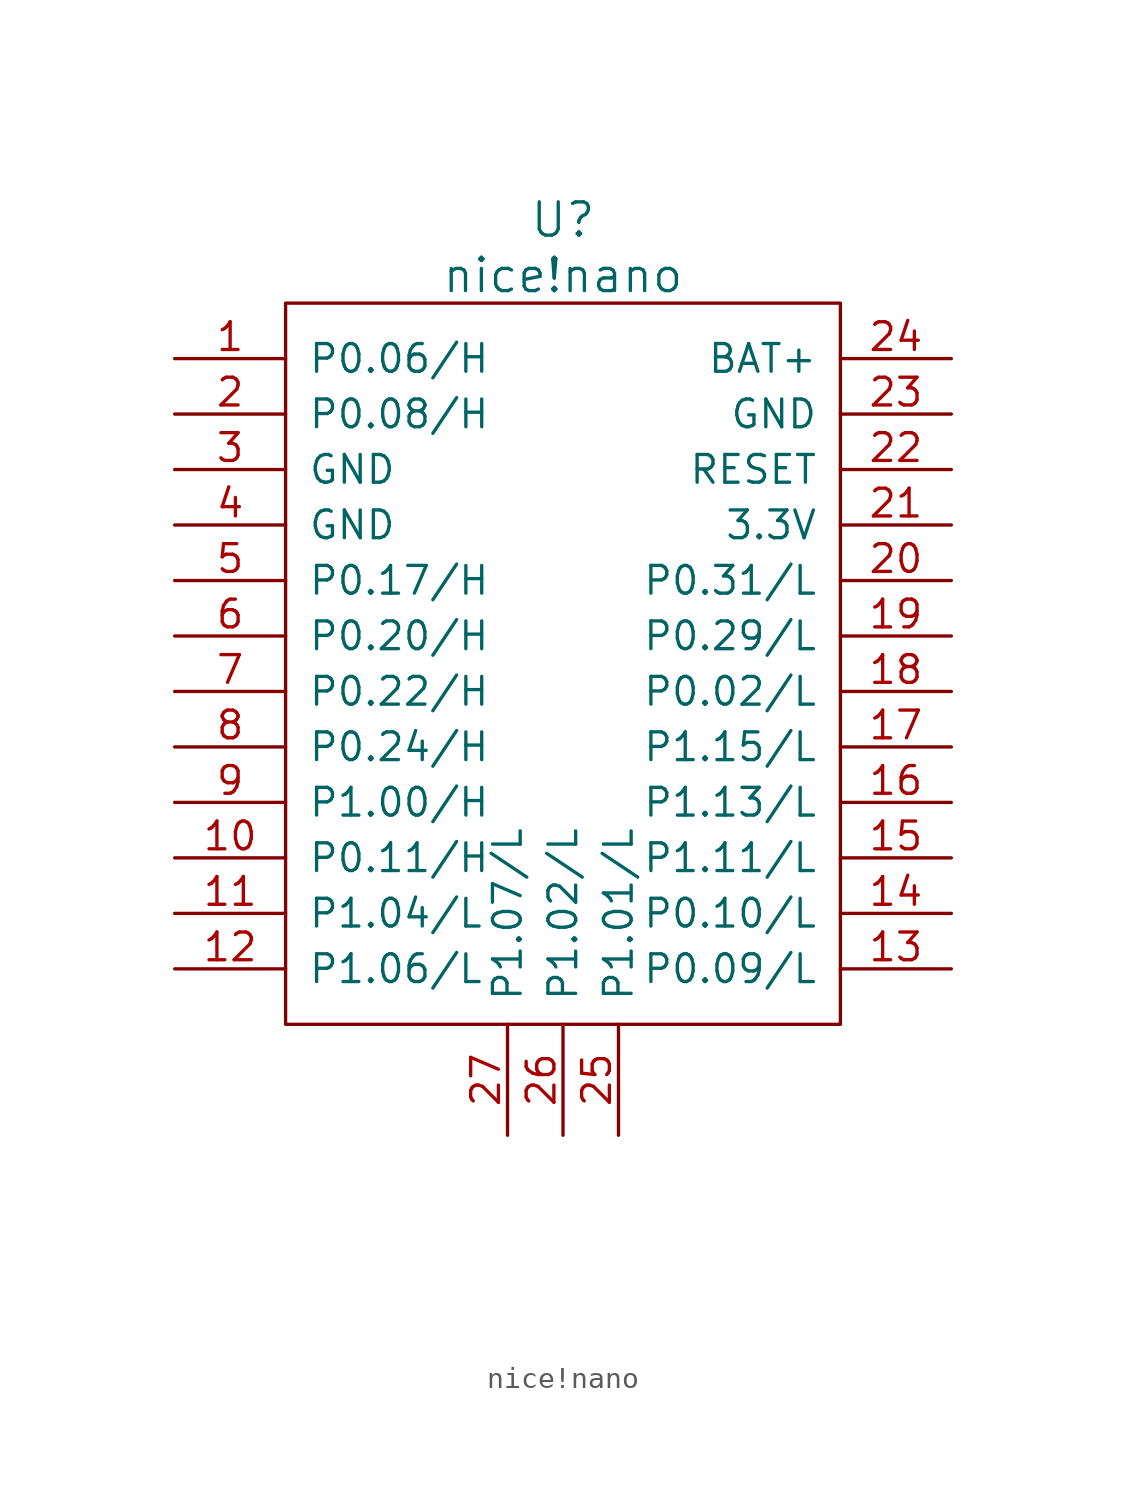
<source format=kicad_sym>
(kicad_symbol_lib
  (version 20211014)
  (generator kicad_symbol_editor)
  (symbol "nice!nano"
    (pin_names
      (offset 1.016))
    (property "Reference" "U"
      (at 0 20.32 0)
      (effects (font (size 1.524 1.524))))
    (property "Value" "nice!nano"
      (at 0 17.78 0)
      (effects (font (size 1.524 1.524))))
    (property "Footprint" ""
      (at 2.54 -26.67 0)
      (effects (font (size 1.524 1.524))))
    (property "Datasheet" ""
      (at 2.54 -26.67 0)
      (effects (font (size 1.524 1.524))))
    (symbol "nice!nano_0_1"
      (rectangle (start -12.7 16.51) (end 12.7 -16.51) (stroke (width 0) (type default) (color 0 0 0 0)) (fill (type none))))
    (symbol "nice!nano_1_1"
      (pin bidirectional line (at -17.78 13.97 0) (length 5.08) (name "P0.06/H" (effects (font (size 1.27 1.27)))) (number "1" (effects (font (size 1.27 1.27)))))
      (pin bidirectional line (at -17.78 -8.89 0) (length 5.08) (name "P0.11/H" (effects (font (size 1.27 1.27)))) (number "10" (effects (font (size 1.27 1.27)))))
      (pin bidirectional line (at -17.78 -11.43 0) (length 5.08) (name "P1.04/L" (effects (font (size 1.27 1.27)))) (number "11" (effects (font (size 1.27 1.27)))))
      (pin bidirectional line (at -17.78 -13.97 0) (length 5.08) (name "P1.06/L" (effects (font (size 1.27 1.27)))) (number "12" (effects (font (size 1.27 1.27)))))
      (pin bidirectional line (at 17.78 -13.97 180) (length 5.08) (name "P0.09/L" (effects (font (size 1.27 1.27)))) (number "13" (effects (font (size 1.27 1.27)))))
      (pin bidirectional line (at 17.78 -11.43 180) (length 5.08) (name "P0.10/L" (effects (font (size 1.27 1.27)))) (number "14" (effects (font (size 1.27 1.27)))))
      (pin bidirectional line (at 17.78 -8.89 180) (length 5.08) (name "P1.11/L" (effects (font (size 1.27 1.27)))) (number "15" (effects (font (size 1.27 1.27)))))
      (pin bidirectional line (at 17.78 -6.35 180) (length 5.08) (name "P1.13/L" (effects (font (size 1.27 1.27)))) (number "16" (effects (font (size 1.27 1.27)))))
      (pin bidirectional line (at 17.78 -3.81 180) (length 5.08) (name "P1.15/L" (effects (font (size 1.27 1.27)))) (number "17" (effects (font (size 1.27 1.27)))))
      (pin bidirectional line (at 17.78 -1.27 180) (length 5.08) (name "P0.02/L" (effects (font (size 1.27 1.27)))) (number "18" (effects (font (size 1.27 1.27)))))
      (pin bidirectional line (at 17.78 1.27 180) (length 5.08) (name "P0.29/L" (effects (font (size 1.27 1.27)))) (number "19" (effects (font (size 1.27 1.27)))))
      (pin bidirectional line (at -17.78 11.43 0) (length 5.08) (name "P0.08/H" (effects (font (size 1.27 1.27)))) (number "2" (effects (font (size 1.27 1.27)))))
      (pin bidirectional line (at 17.78 3.81 180) (length 5.08) (name "P0.31/L" (effects (font (size 1.27 1.27)))) (number "20" (effects (font (size 1.27 1.27)))))
      (pin power_out line (at 17.78 6.35 180) (length 5.08) (name "3.3V" (effects (font (size 1.27 1.27)))) (number "21" (effects (font (size 1.27 1.27)))))
      (pin input line (at 17.78 8.89 180) (length 5.08) (name "RESET" (effects (font (size 1.27 1.27)))) (number "22" (effects (font (size 1.27 1.27)))))
      (pin power_in line (at 17.78 11.43 180) (length 5.08) (name "GND" (effects (font (size 1.27 1.27)))) (number "23" (effects (font (size 1.27 1.27)))))
      (pin power_in line (at 17.78 13.97 180) (length 5.08) (name "BAT+" (effects (font (size 1.27 1.27)))) (number "24" (effects (font (size 1.27 1.27)))))
      (pin bidirectional line (at 2.54 -21.59 90) (length 5.08) (name "P1.01/L" (effects (font (size 1.27 1.27)))) (number "25" (effects (font (size 1.27 1.27)))))
      (pin bidirectional line (at 0 -21.59 90) (length 5.08) (name "P1.02/L" (effects (font (size 1.27 1.27)))) (number "26" (effects (font (size 1.27 1.27)))))
      (pin bidirectional line (at -2.54 -21.59 90) (length 5.08) (name "P1.07/L" (effects (font (size 1.27 1.27)))) (number "27" (effects (font (size 1.27 1.27)))))
      (pin power_in line (at -17.78 8.89 0) (length 5.08) (name "GND" (effects (font (size 1.27 1.27)))) (number "3" (effects (font (size 1.27 1.27)))))
      (pin power_in line (at -17.78 6.35 0) (length 5.08) (name "GND" (effects (font (size 1.27 1.27)))) (number "4" (effects (font (size 1.27 1.27)))))
      (pin bidirectional line (at -17.78 3.81 0) (length 5.08) (name "P0.17/H" (effects (font (size 1.27 1.27)))) (number "5" (effects (font (size 1.27 1.27)))))
      (pin bidirectional line (at -17.78 1.27 0) (length 5.08) (name "P0.20/H" (effects (font (size 1.27 1.27)))) (number "6" (effects (font (size 1.27 1.27)))))
      (pin bidirectional line (at -17.78 -1.27 0) (length 5.08) (name "P0.22/H" (effects (font (size 1.27 1.27)))) (number "7" (effects (font (size 1.27 1.27)))))
      (pin bidirectional line (at -17.78 -3.81 0) (length 5.08) (name "P0.24/H" (effects (font (size 1.27 1.27)))) (number "8" (effects (font (size 1.27 1.27)))))
      (pin bidirectional line (at -17.78 -6.35 0) (length 5.08) (name "P1.00/H" (effects (font (size 1.27 1.27)))) (number "9" (effects (font (size 1.27 1.27))))))))
</source>
